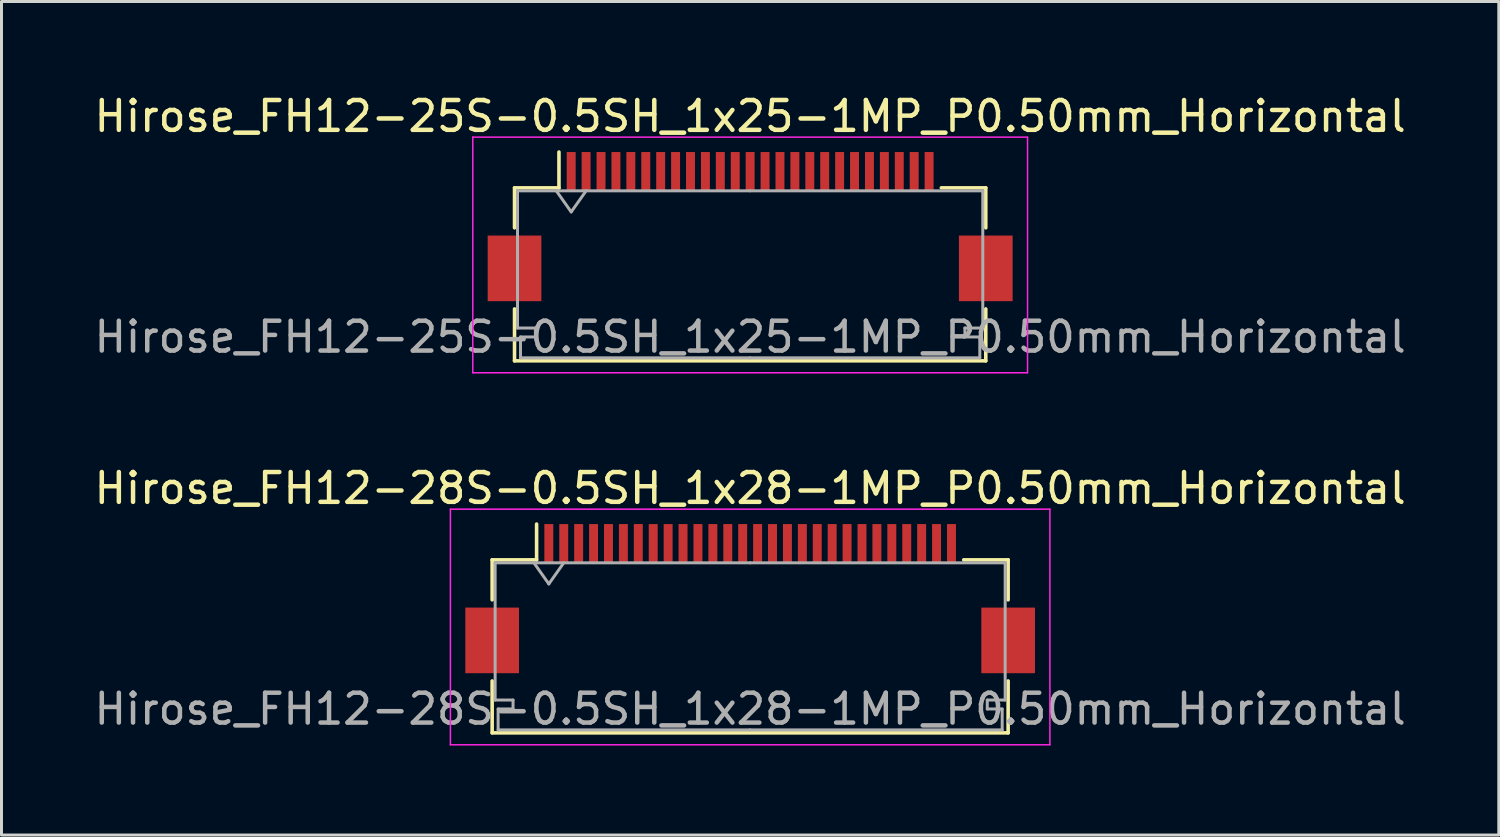
<source format=kicad_pcb>
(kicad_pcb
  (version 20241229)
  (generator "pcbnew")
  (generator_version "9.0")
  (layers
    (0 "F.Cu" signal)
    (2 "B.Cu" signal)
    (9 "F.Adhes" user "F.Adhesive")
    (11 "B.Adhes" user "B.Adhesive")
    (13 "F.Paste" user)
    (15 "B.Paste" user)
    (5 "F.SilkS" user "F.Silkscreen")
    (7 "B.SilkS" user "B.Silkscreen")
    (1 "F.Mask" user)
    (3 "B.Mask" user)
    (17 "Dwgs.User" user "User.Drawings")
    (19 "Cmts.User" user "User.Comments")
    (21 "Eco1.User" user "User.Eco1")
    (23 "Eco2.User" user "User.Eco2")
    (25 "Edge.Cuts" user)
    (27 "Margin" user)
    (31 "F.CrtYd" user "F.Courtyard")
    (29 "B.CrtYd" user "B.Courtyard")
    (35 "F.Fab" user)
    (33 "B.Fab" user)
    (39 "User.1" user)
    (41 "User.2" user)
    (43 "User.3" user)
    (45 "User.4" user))
  (footprint "Hirose_FH12-28S-0.5SH_1x28-1MP_P0.50mm_Horizontal"
    (layer "F.Cu")
    (at 22.101 17.021)
    (property "Reference" "Hirose_FH12-28S-0.5SH_1x28-1MP_P0.50mm_Horizontal" (at 0 -3.7 0) (layer "F.SilkS") (effects (font (size 1 1) (thickness 0.15))))
    (attr smd)
    (fp_line (start -8.65 -1.3) (end -8.65 0.04) (stroke (width 0.12) (type solid)) (layer "F.SilkS"))
    (fp_line (start -8.65 2.76) (end -8.65 4.5) (stroke (width 0.12) (type solid)) (layer "F.SilkS"))
    (fp_line (start -8.65 4.5) (end 8.65 4.5) (stroke (width 0.12) (type solid)) (layer "F.SilkS"))
    (fp_line (start -7.16 -1.3) (end -8.65 -1.3) (stroke (width 0.12) (type solid)) (layer "F.SilkS"))
    (fp_line (start -7.16 -1.3) (end -7.16 -2.5) (stroke (width 0.12) (type solid)) (layer "F.SilkS"))
    (fp_line (start 7.16 -1.3) (end 8.65 -1.3) (stroke (width 0.12) (type solid)) (layer "F.SilkS"))
    (fp_line (start 8.65 -1.3) (end 8.65 0.04) (stroke (width 0.12) (type solid)) (layer "F.SilkS"))
    (fp_line (start 8.65 4.5) (end 8.65 2.76) (stroke (width 0.12) (type solid)) (layer "F.SilkS"))
    (fp_line (start -10.05 -3) (end -10.05 4.9) (stroke (width 0.05) (type solid)) (layer "F.CrtYd"))
    (fp_line (start -10.05 4.9) (end 10.05 4.9) (stroke (width 0.05) (type solid)) (layer "F.CrtYd"))
    (fp_line (start 10.05 -3) (end -10.05 -3) (stroke (width 0.05) (type solid)) (layer "F.CrtYd"))
    (fp_line (start 10.05 4.9) (end 10.05 -3) (stroke (width 0.05) (type solid)) (layer "F.CrtYd"))
    (fp_line (start -8.55 -1.2) (end -8.55 3.4) (stroke (width 0.1) (type solid)) (layer "F.Fab"))
    (fp_line (start -8.55 3.4) (end -7.95 3.4) (stroke (width 0.1) (type solid)) (layer "F.Fab"))
    (fp_line (start -8.45 3.7) (end -8.45 4.4) (stroke (width 0.1) (type solid)) (layer "F.Fab"))
    (fp_line (start -8.45 4.4) (end 0 4.4) (stroke (width 0.1) (type solid)) (layer "F.Fab"))
    (fp_line (start -7.95 3.4) (end -7.95 3.7) (stroke (width 0.1) (type solid)) (layer "F.Fab"))
    (fp_line (start -7.95 3.7) (end -8.45 3.7) (stroke (width 0.1) (type solid)) (layer "F.Fab"))
    (fp_line (start -7.25 -1.2) (end -6.75 -0.493) (stroke (width 0.1) (type solid)) (layer "F.Fab"))
    (fp_line (start -6.75 -0.493) (end -6.25 -1.2) (stroke (width 0.1) (type solid)) (layer "F.Fab"))
    (fp_line (start 0 -1.2) (end -8.55 -1.2) (stroke (width 0.1) (type solid)) (layer "F.Fab"))
    (fp_line (start 0 -1.2) (end 8.55 -1.2) (stroke (width 0.1) (type solid)) (layer "F.Fab"))
    (fp_line (start 7.95 3.4) (end 7.95 3.7) (stroke (width 0.1) (type solid)) (layer "F.Fab"))
    (fp_line (start 7.95 3.7) (end 8.45 3.7) (stroke (width 0.1) (type solid)) (layer "F.Fab"))
    (fp_line (start 8.45 3.7) (end 8.45 4.4) (stroke (width 0.1) (type solid)) (layer "F.Fab"))
    (fp_line (start 8.45 4.4) (end 0 4.4) (stroke (width 0.1) (type solid)) (layer "F.Fab"))
    (fp_line (start 8.55 -1.2) (end 8.55 3.4) (stroke (width 0.1) (type solid)) (layer "F.Fab"))
    (fp_line (start 8.55 3.4) (end 7.95 3.4) (stroke (width 0.1) (type solid)) (layer "F.Fab"))
    (fp_text user "${REFERENCE}" (at 0 3.7 0) (layer "F.Fab") (effects (font (size 1 1) (thickness 0.15))))
    (pad "1" smd rect (at -6.75 -1.85) (size 0.3 1.3) (layers "F.Cu" "F.Mask" "F.Paste"))
    (pad "2" smd rect (at -6.25 -1.85) (size 0.3 1.3) (layers "F.Cu" "F.Mask" "F.Paste"))
    (pad "3" smd rect (at -5.75 -1.85) (size 0.3 1.3) (layers "F.Cu" "F.Mask" "F.Paste"))
    (pad "4" smd rect (at -5.25 -1.85) (size 0.3 1.3) (layers "F.Cu" "F.Mask" "F.Paste"))
    (pad "5" smd rect (at -4.75 -1.85) (size 0.3 1.3) (layers "F.Cu" "F.Mask" "F.Paste"))
    (pad "6" smd rect (at -4.25 -1.85) (size 0.3 1.3) (layers "F.Cu" "F.Mask" "F.Paste"))
    (pad "7" smd rect (at -3.75 -1.85) (size 0.3 1.3) (layers "F.Cu" "F.Mask" "F.Paste"))
    (pad "8" smd rect (at -3.25 -1.85) (size 0.3 1.3) (layers "F.Cu" "F.Mask" "F.Paste"))
    (pad "9" smd rect (at -2.75 -1.85) (size 0.3 1.3) (layers "F.Cu" "F.Mask" "F.Paste"))
    (pad "10" smd rect (at -2.25 -1.85) (size 0.3 1.3) (layers "F.Cu" "F.Mask" "F.Paste"))
    (pad "11" smd rect (at -1.75 -1.85) (size 0.3 1.3) (layers "F.Cu" "F.Mask" "F.Paste"))
    (pad "12" smd rect (at -1.25 -1.85) (size 0.3 1.3) (layers "F.Cu" "F.Mask" "F.Paste"))
    (pad "13" smd rect (at -0.75 -1.85) (size 0.3 1.3) (layers "F.Cu" "F.Mask" "F.Paste"))
    (pad "14" smd rect (at -0.25 -1.85) (size 0.3 1.3) (layers "F.Cu" "F.Mask" "F.Paste"))
    (pad "15" smd rect (at 0.25 -1.85) (size 0.3 1.3) (layers "F.Cu" "F.Mask" "F.Paste"))
    (pad "16" smd rect (at 0.75 -1.85) (size 0.3 1.3) (layers "F.Cu" "F.Mask" "F.Paste"))
    (pad "17" smd rect (at 1.25 -1.85) (size 0.3 1.3) (layers "F.Cu" "F.Mask" "F.Paste"))
    (pad "18" smd rect (at 1.75 -1.85) (size 0.3 1.3) (layers "F.Cu" "F.Mask" "F.Paste"))
    (pad "19" smd rect (at 2.25 -1.85) (size 0.3 1.3) (layers "F.Cu" "F.Mask" "F.Paste"))
    (pad "20" smd rect (at 2.75 -1.85) (size 0.3 1.3) (layers "F.Cu" "F.Mask" "F.Paste"))
    (pad "21" smd rect (at 3.25 -1.85) (size 0.3 1.3) (layers "F.Cu" "F.Mask" "F.Paste"))
    (pad "22" smd rect (at 3.75 -1.85) (size 0.3 1.3) (layers "F.Cu" "F.Mask" "F.Paste"))
    (pad "23" smd rect (at 4.25 -1.85) (size 0.3 1.3) (layers "F.Cu" "F.Mask" "F.Paste"))
    (pad "24" smd rect (at 4.75 -1.85) (size 0.3 1.3) (layers "F.Cu" "F.Mask" "F.Paste"))
    (pad "25" smd rect (at 5.25 -1.85) (size 0.3 1.3) (layers "F.Cu" "F.Mask" "F.Paste"))
    (pad "26" smd rect (at 5.75 -1.85) (size 0.3 1.3) (layers "F.Cu" "F.Mask" "F.Paste"))
    (pad "27" smd rect (at 6.25 -1.85) (size 0.3 1.3) (layers "F.Cu" "F.Mask" "F.Paste"))
    (pad "28" smd rect (at 6.75 -1.85) (size 0.3 1.3) (layers "F.Cu" "F.Mask" "F.Paste"))
    (pad "MP" smd rect (at -8.65 1.4) (size 1.8 2.2) (layers "F.Cu" "F.Mask" "F.Paste"))
    (pad "MP" smd rect (at 8.65 1.4) (size 1.8 2.2) (layers "F.Cu" "F.Mask" "F.Paste")))
  (footprint "Hirose_FH12-25S-0.5SH_1x25-1MP_P0.50mm_Horizontal"
    (layer "F.Cu")
    (at 22.101 4.548)
    (property "Reference" "Hirose_FH12-25S-0.5SH_1x25-1MP_P0.50mm_Horizontal" (at 0 -3.7 0) (layer "F.SilkS") (effects (font (size 1 1) (thickness 0.15))))
    (attr smd)
    (fp_line (start -7.9 -1.3) (end -7.9 0.04) (stroke (width 0.12) (type solid)) (layer "F.SilkS"))
    (fp_line (start -7.9 2.76) (end -7.9 4.5) (stroke (width 0.12) (type solid)) (layer "F.SilkS"))
    (fp_line (start -7.9 4.5) (end 7.9 4.5) (stroke (width 0.12) (type solid)) (layer "F.SilkS"))
    (fp_line (start -6.41 -1.3) (end -7.9 -1.3) (stroke (width 0.12) (type solid)) (layer "F.SilkS"))
    (fp_line (start -6.41 -1.3) (end -6.41 -2.5) (stroke (width 0.12) (type solid)) (layer "F.SilkS"))
    (fp_line (start 6.41 -1.3) (end 7.9 -1.3) (stroke (width 0.12) (type solid)) (layer "F.SilkS"))
    (fp_line (start 7.9 -1.3) (end 7.9 0.04) (stroke (width 0.12) (type solid)) (layer "F.SilkS"))
    (fp_line (start 7.9 4.5) (end 7.9 2.76) (stroke (width 0.12) (type solid)) (layer "F.SilkS"))
    (fp_line (start -9.3 -3) (end -9.3 4.9) (stroke (width 0.05) (type solid)) (layer "F.CrtYd"))
    (fp_line (start -9.3 4.9) (end 9.3 4.9) (stroke (width 0.05) (type solid)) (layer "F.CrtYd"))
    (fp_line (start 9.3 -3) (end -9.3 -3) (stroke (width 0.05) (type solid)) (layer "F.CrtYd"))
    (fp_line (start 9.3 4.9) (end 9.3 -3) (stroke (width 0.05) (type solid)) (layer "F.CrtYd"))
    (fp_line (start -7.8 -1.2) (end -7.8 3.4) (stroke (width 0.1) (type solid)) (layer "F.Fab"))
    (fp_line (start -7.8 3.4) (end -7.2 3.4) (stroke (width 0.1) (type solid)) (layer "F.Fab"))
    (fp_line (start -7.7 3.7) (end -7.7 4.4) (stroke (width 0.1) (type solid)) (layer "F.Fab"))
    (fp_line (start -7.7 4.4) (end 0 4.4) (stroke (width 0.1) (type solid)) (layer "F.Fab"))
    (fp_line (start -7.2 3.4) (end -7.2 3.7) (stroke (width 0.1) (type solid)) (layer "F.Fab"))
    (fp_line (start -7.2 3.7) (end -7.7 3.7) (stroke (width 0.1) (type solid)) (layer "F.Fab"))
    (fp_line (start -6.5 -1.2) (end -6 -0.493) (stroke (width 0.1) (type solid)) (layer "F.Fab"))
    (fp_line (start -6 -0.493) (end -5.5 -1.2) (stroke (width 0.1) (type solid)) (layer "F.Fab"))
    (fp_line (start 0 -1.2) (end -7.8 -1.2) (stroke (width 0.1) (type solid)) (layer "F.Fab"))
    (fp_line (start 0 -1.2) (end 7.8 -1.2) (stroke (width 0.1) (type solid)) (layer "F.Fab"))
    (fp_line (start 7.2 3.4) (end 7.2 3.7) (stroke (width 0.1) (type solid)) (layer "F.Fab"))
    (fp_line (start 7.2 3.7) (end 7.7 3.7) (stroke (width 0.1) (type solid)) (layer "F.Fab"))
    (fp_line (start 7.7 3.7) (end 7.7 4.4) (stroke (width 0.1) (type solid)) (layer "F.Fab"))
    (fp_line (start 7.7 4.4) (end 0 4.4) (stroke (width 0.1) (type solid)) (layer "F.Fab"))
    (fp_line (start 7.8 -1.2) (end 7.8 3.4) (stroke (width 0.1) (type solid)) (layer "F.Fab"))
    (fp_line (start 7.8 3.4) (end 7.2 3.4) (stroke (width 0.1) (type solid)) (layer "F.Fab"))
    (fp_text user "${REFERENCE}" (at 0 3.7 0) (layer "F.Fab") (effects (font (size 1 1) (thickness 0.15))))
    (pad "1" smd rect (at -6 -1.85) (size 0.3 1.3) (layers "F.Cu" "F.Mask" "F.Paste"))
    (pad "2" smd rect (at -5.5 -1.85) (size 0.3 1.3) (layers "F.Cu" "F.Mask" "F.Paste"))
    (pad "3" smd rect (at -5 -1.85) (size 0.3 1.3) (layers "F.Cu" "F.Mask" "F.Paste"))
    (pad "4" smd rect (at -4.5 -1.85) (size 0.3 1.3) (layers "F.Cu" "F.Mask" "F.Paste"))
    (pad "5" smd rect (at -4 -1.85) (size 0.3 1.3) (layers "F.Cu" "F.Mask" "F.Paste"))
    (pad "6" smd rect (at -3.5 -1.85) (size 0.3 1.3) (layers "F.Cu" "F.Mask" "F.Paste"))
    (pad "7" smd rect (at -3 -1.85) (size 0.3 1.3) (layers "F.Cu" "F.Mask" "F.Paste"))
    (pad "8" smd rect (at -2.5 -1.85) (size 0.3 1.3) (layers "F.Cu" "F.Mask" "F.Paste"))
    (pad "9" smd rect (at -2 -1.85) (size 0.3 1.3) (layers "F.Cu" "F.Mask" "F.Paste"))
    (pad "10" smd rect (at -1.5 -1.85) (size 0.3 1.3) (layers "F.Cu" "F.Mask" "F.Paste"))
    (pad "11" smd rect (at -1 -1.85) (size 0.3 1.3) (layers "F.Cu" "F.Mask" "F.Paste"))
    (pad "12" smd rect (at -0.5 -1.85) (size 0.3 1.3) (layers "F.Cu" "F.Mask" "F.Paste"))
    (pad "13" smd rect (at 0 -1.85) (size 0.3 1.3) (layers "F.Cu" "F.Mask" "F.Paste"))
    (pad "14" smd rect (at 0.5 -1.85) (size 0.3 1.3) (layers "F.Cu" "F.Mask" "F.Paste"))
    (pad "15" smd rect (at 1 -1.85) (size 0.3 1.3) (layers "F.Cu" "F.Mask" "F.Paste"))
    (pad "16" smd rect (at 1.5 -1.85) (size 0.3 1.3) (layers "F.Cu" "F.Mask" "F.Paste"))
    (pad "17" smd rect (at 2 -1.85) (size 0.3 1.3) (layers "F.Cu" "F.Mask" "F.Paste"))
    (pad "18" smd rect (at 2.5 -1.85) (size 0.3 1.3) (layers "F.Cu" "F.Mask" "F.Paste"))
    (pad "19" smd rect (at 3 -1.85) (size 0.3 1.3) (layers "F.Cu" "F.Mask" "F.Paste"))
    (pad "20" smd rect (at 3.5 -1.85) (size 0.3 1.3) (layers "F.Cu" "F.Mask" "F.Paste"))
    (pad "21" smd rect (at 4 -1.85) (size 0.3 1.3) (layers "F.Cu" "F.Mask" "F.Paste"))
    (pad "22" smd rect (at 4.5 -1.85) (size 0.3 1.3) (layers "F.Cu" "F.Mask" "F.Paste"))
    (pad "23" smd rect (at 5 -1.85) (size 0.3 1.3) (layers "F.Cu" "F.Mask" "F.Paste"))
    (pad "24" smd rect (at 5.5 -1.85) (size 0.3 1.3) (layers "F.Cu" "F.Mask" "F.Paste"))
    (pad "25" smd rect (at 6 -1.85) (size 0.3 1.3) (layers "F.Cu" "F.Mask" "F.Paste"))
    (pad "MP" smd rect (at -7.9 1.4) (size 1.8 2.2) (layers "F.Cu" "F.Mask" "F.Paste"))
    (pad "MP" smd rect (at 7.9 1.4) (size 1.8 2.2) (layers "F.Cu" "F.Mask" "F.Paste")))
  (gr_rect
    (start -3 -3)
    (end 47.202 24.947)
    (stroke (width 0.1) (type default))
    (fill no)
    (layer "Edge.Cuts")))
</source>
